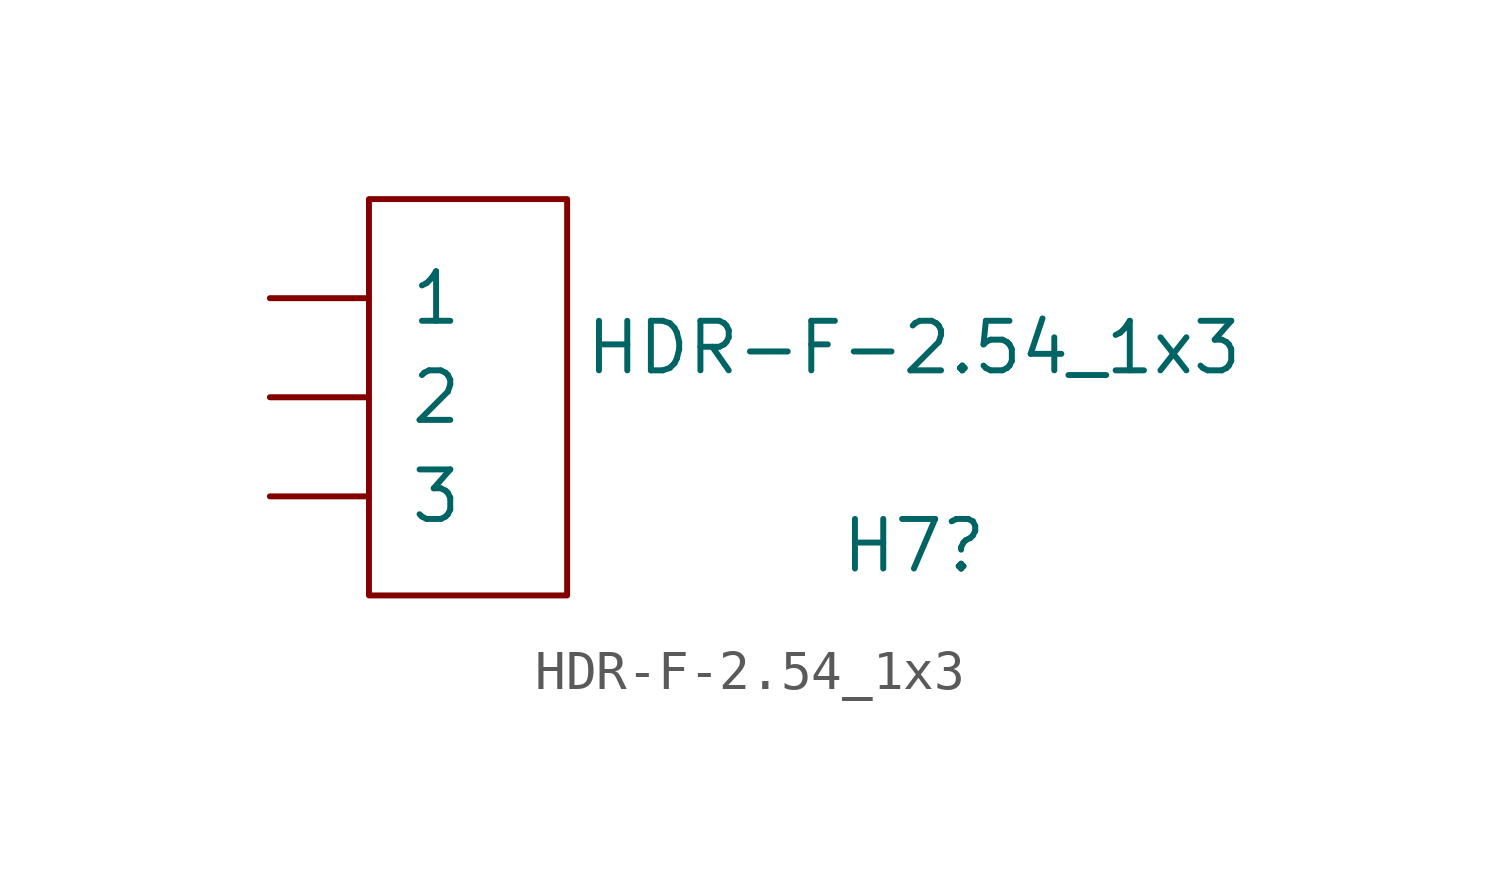
<source format=kicad_sym>
(kicad_symbol_lib
  (version 20220914)
  (generator kicad_symbol_editor)
  (symbol "HDR-F-2.54_1x3"
    (pin_numbers hide)
    (pin_names
      (offset 1.016))
    (property "Reference" "H7"
      (at 22.86 1.27 0)
      (effects (font (size 1.27 1.27))))
    (property "Value" "HDR-F-2.54_1x3"
      (at 22.86 6.35 0)
      (effects (font (size 1.27 1.27))))
    (symbol "HDR-F-2.54_1x3_1_1"
      (rectangle (start 8.89 10.16) (end 13.97 0) (stroke (width 0.152) (type solid)) (fill (type none)))
      (pin input line (at 6.35 7.62 0) (length 2.54) (name "1" (effects (font (size 1.27 1.27)))) (number "1" (effects (font (size 1.27 1.27)))))
      (pin input line (at 6.35 5.08 0) (length 2.54) (name "2" (effects (font (size 1.27 1.27)))) (number "2" (effects (font (size 1.27 1.27)))))
      (pin input line (at 6.35 2.54 0) (length 2.54) (name "3" (effects (font (size 1.27 1.27)))) (number "3" (effects (font (size 1.27 1.27))))))))
</source>
